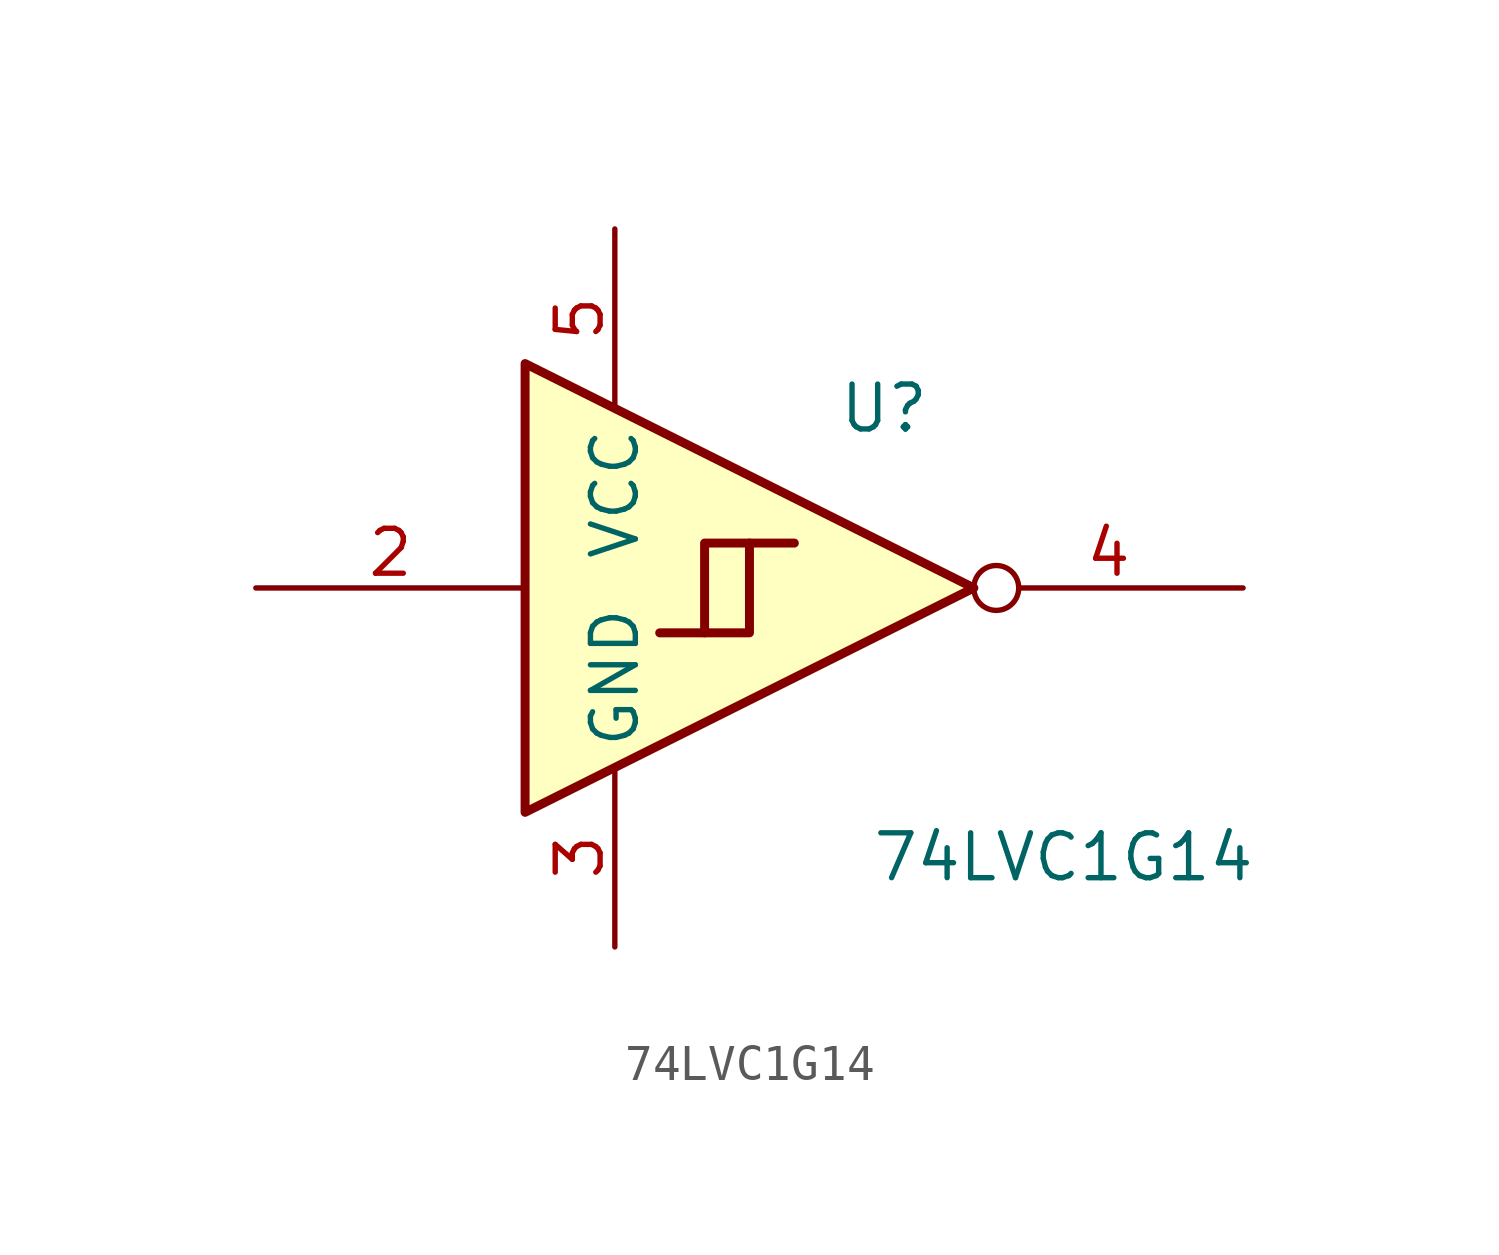
<source format=kicad_sym>
(kicad_symbol_lib
  (version 20220914)
  (generator kicad_symbol_editor)
  (symbol "74LVC1G14"
    (property "Reference" "U"
      (at 2.54 5.08 0)
      (effects (font (size 1.27 1.27))))
    (property "Value" "74LVC1G14"
      (at 7.62 -7.62 0)
      (effects (font (size 1.27 1.27))))
    (symbol "74LVC1G14_0_1"
      (polyline (pts (xy -2.54 -1.27) (xy -1.27 -1.27) (xy -1.27 1.27)) (stroke (width 0.254) (type default)) (fill (type background)))
      (polyline (pts (xy -7.62 6.35) (xy -7.62 -6.35) (xy 5.08 0) (xy -7.62 6.35)) (stroke (width 0.254) (type default)) (fill (type background)))
      (polyline (pts (xy -3.81 -1.27) (xy -2.54 -1.27) (xy -2.54 1.27) (xy 0 1.27)) (stroke (width 0.254) (type default)) (fill (type background))))
    (symbol "74LVC1G14_1_1"
      (pin input line (at -15.24 0 0) (length 7.62) (name "~" (effects (font (size 1.27 1.27)))) (number "2" (effects (font (size 1.27 1.27)))))
      (pin power_in line (at -5.08 -10.16 90) (length 5.08) (name "GND" (effects (font (size 1.27 1.27)))) (number "3" (effects (font (size 1.27 1.27)))))
      (pin output inverted (at 12.7 0 180) (length 7.62) (name "~" (effects (font (size 1.27 1.27)))) (number "4" (effects (font (size 1.27 1.27)))))
      (pin power_in line (at -5.08 10.16 270) (length 5.08) (name "VCC" (effects (font (size 1.27 1.27)))) (number "5" (effects (font (size 1.27 1.27))))))))
</source>
